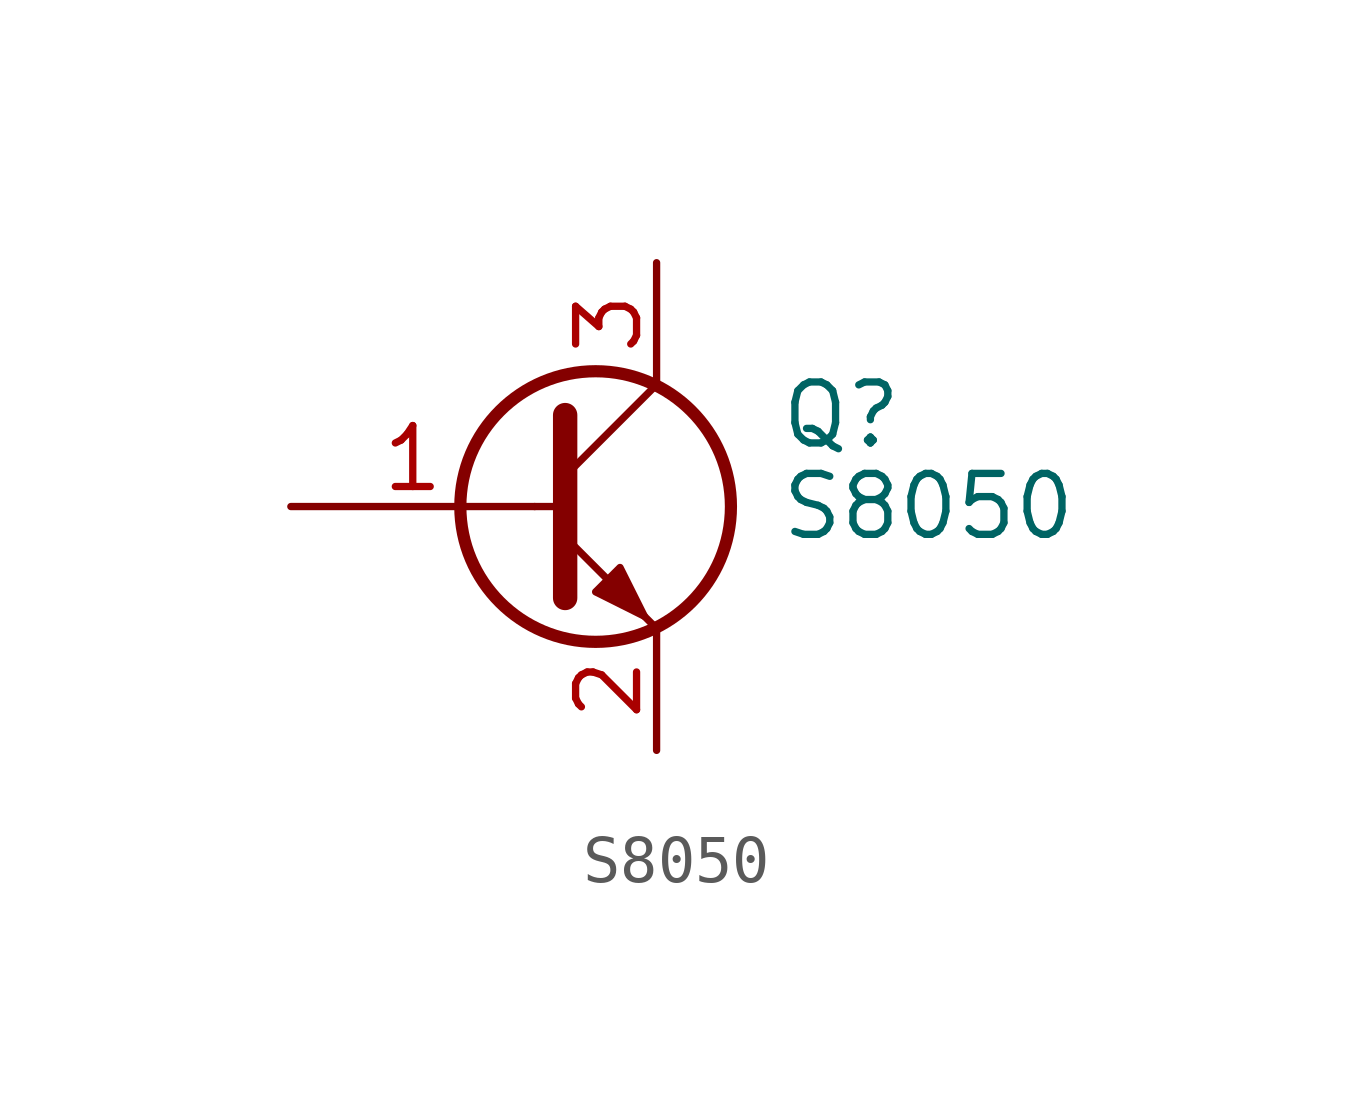
<source format=kicad_sym>
(kicad_symbol_lib
  (version 20211014)
  (generator kicad_symbol_editor)
  (symbol "S8050"
    (pin_names
      (offset 0) hide)
    (property "Reference" "Q"
      (at 5.08 1.905 0)
      (effects (font (size 1.27 1.27)) (justify left)))
    (property "Value" "S8050"
      (at 5.08 0 0)
      (effects (font (size 1.27 1.27)) (justify left)))
    (symbol "S8050_0_1"
      (polyline (pts (xy 0 0) (xy 0.635 0)) (stroke (width 0) (type default) (color 0 0 0 0)) (fill (type none)))
      (polyline (pts (xy 0.635 0.635) (xy 2.54 2.54)) (stroke (width 0) (type default) (color 0 0 0 0)) (fill (type none)))
      (polyline (pts (xy 0.635 -0.635) (xy 2.54 -2.54) (xy 2.54 -2.54)) (stroke (width 0) (type default) (color 0 0 0 0)) (fill (type none)))
      (polyline (pts (xy 0.635 1.905) (xy 0.635 -1.905) (xy 0.635 -1.905)) (stroke (width 0.508) (type default) (color 0 0 0 0)) (fill (type none)))
      (polyline (pts (xy 1.27 -1.778) (xy 1.778 -1.27) (xy 2.286 -2.286) (xy 1.27 -1.778) (xy 1.27 -1.778)) (stroke (width 0) (type default) (color 0 0 0 0)) (fill (type outline)))
      (circle (center 1.27 0) (radius 2.819) (stroke (width 0.254) (type default) (color 0 0 0 0)) (fill (type none))))
    (symbol "S8050_1_1"
      (pin input line (at -5.08 0 0) (length 5.08) (name "B" (effects (font (size 1.27 1.27)))) (number "1" (effects (font (size 1.27 1.27)))))
      (pin passive line (at 2.54 -5.08 90) (length 2.54) (name "E" (effects (font (size 1.27 1.27)))) (number "2" (effects (font (size 1.27 1.27)))))
      (pin passive line (at 2.54 5.08 270) (length 2.54) (name "C" (effects (font (size 1.27 1.27)))) (number "3" (effects (font (size 1.27 1.27))))))))
</source>
